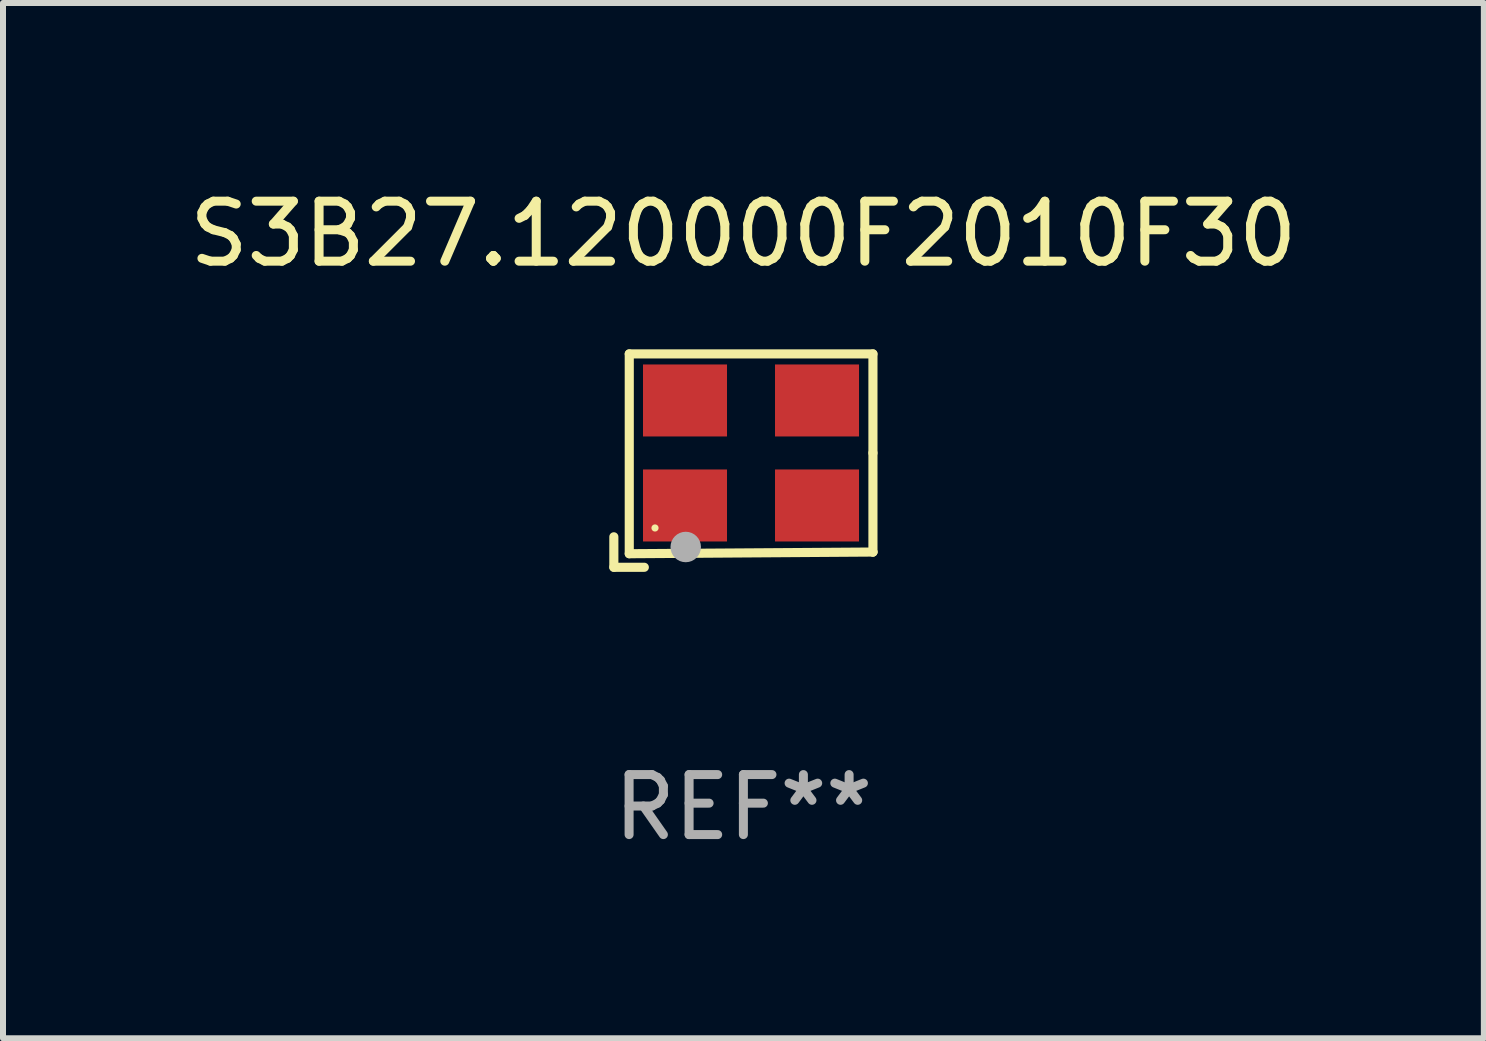
<source format=kicad_pcb>
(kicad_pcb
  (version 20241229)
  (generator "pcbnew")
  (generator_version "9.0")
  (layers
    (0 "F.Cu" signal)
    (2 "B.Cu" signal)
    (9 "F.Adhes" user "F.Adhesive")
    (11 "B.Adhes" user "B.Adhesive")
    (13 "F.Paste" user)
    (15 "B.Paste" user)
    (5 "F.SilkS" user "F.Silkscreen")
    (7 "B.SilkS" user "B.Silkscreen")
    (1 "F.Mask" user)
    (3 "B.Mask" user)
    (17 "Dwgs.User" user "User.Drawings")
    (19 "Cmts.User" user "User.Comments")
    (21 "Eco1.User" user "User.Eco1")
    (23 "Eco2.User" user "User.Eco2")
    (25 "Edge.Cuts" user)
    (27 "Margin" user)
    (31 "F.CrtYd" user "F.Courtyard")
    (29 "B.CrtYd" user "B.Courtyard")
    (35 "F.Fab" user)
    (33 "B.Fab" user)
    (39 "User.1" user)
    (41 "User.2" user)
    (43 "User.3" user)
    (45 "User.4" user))
  (footprint "S3B27.120000F2010F30"
    (layer "F.Cu")
    (at 9.339 4.626)
    (property "Reference" "S3B27.120000F2010F30" (at 0 -3.778 0) (layer "F.SilkS") (effects (font (size 1 1) (thickness 0.15))))
    (attr through_hole)
    (fp_line (start -2.159 1.27) (end -2.159 1.778) (stroke (width 0.152) (type solid)) (layer "F.SilkS"))
    (fp_line (start -2.159 1.778) (end -1.651 1.778) (stroke (width 0.152) (type solid)) (layer "F.SilkS"))
    (fp_line (start -1.902 -1.778) (end 2.159 -1.778) (stroke (width 0.152) (type solid)) (layer "F.SilkS"))
    (fp_line (start -1.902 1.552) (end -1.902 -1.778) (stroke (width 0.152) (type solid)) (layer "F.SilkS"))
    (fp_line (start 2.159 -1.778) (end 2.159 -0.127) (stroke (width 0.152) (type solid)) (layer "F.SilkS"))
    (fp_line (start 2.159 -0.127) (end 2.159 1.524) (stroke (width 0.152) (type solid)) (layer "F.SilkS"))
    (fp_line (start 2.159 1.524) (end -1.902 1.552) (stroke (width 0.152) (type solid)) (layer "F.SilkS"))
    (fp_line (start 2.159 1.524) (end 2.159 1.524) (stroke (width 0.152) (type solid)) (layer "F.SilkS"))
    (fp_circle (center -1.473 1.123) (end -1.443 1.123) (stroke (width 0.06) (type solid)) (fill no) (layer "F.SilkS"))
    (fp_circle (center -0.961 1.44) (end -0.834 1.44) (stroke (width 0.254) (type solid)) (fill no) (layer "F.Fab"))
    (fp_text user "REF**" (at 0 5.778 0) (layer "F.Fab") (effects (font (size 1 1) (thickness 0.15))))
    (pad "1" smd rect (at -0.973 0.748) (size 1.4 1.2) (layers "F.Cu" "F.Mask" "F.Paste"))
    (pad "2" smd rect (at 1.227 0.748) (size 1.4 1.2) (layers "F.Cu" "F.Mask" "F.Paste"))
    (pad "3" smd rect (at 1.227 -1.002) (size 1.4 1.2) (layers "F.Cu" "F.Mask" "F.Paste"))
    (pad "4" smd rect (at -0.973 -1.002) (size 1.4 1.2) (layers "F.Cu" "F.Mask" "F.Paste")))
  (gr_rect
    (start -3 -3)
    (end 21.679 14.253)
    (stroke (width 0.1) (type default))
    (fill no)
    (layer "Edge.Cuts")))
</source>
